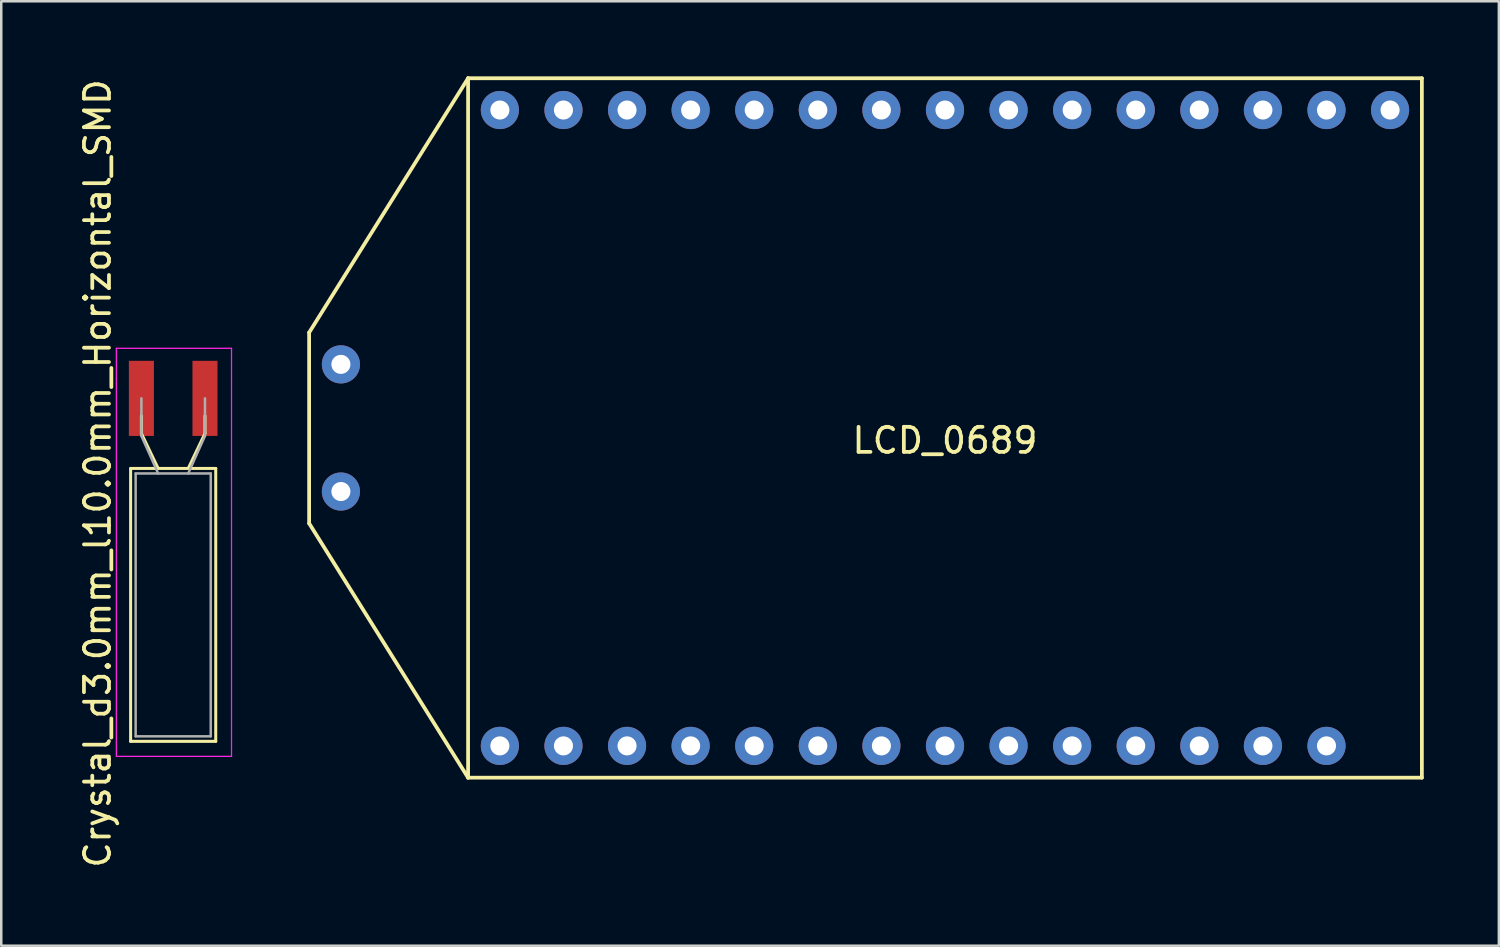
<source format=kicad_pcb>
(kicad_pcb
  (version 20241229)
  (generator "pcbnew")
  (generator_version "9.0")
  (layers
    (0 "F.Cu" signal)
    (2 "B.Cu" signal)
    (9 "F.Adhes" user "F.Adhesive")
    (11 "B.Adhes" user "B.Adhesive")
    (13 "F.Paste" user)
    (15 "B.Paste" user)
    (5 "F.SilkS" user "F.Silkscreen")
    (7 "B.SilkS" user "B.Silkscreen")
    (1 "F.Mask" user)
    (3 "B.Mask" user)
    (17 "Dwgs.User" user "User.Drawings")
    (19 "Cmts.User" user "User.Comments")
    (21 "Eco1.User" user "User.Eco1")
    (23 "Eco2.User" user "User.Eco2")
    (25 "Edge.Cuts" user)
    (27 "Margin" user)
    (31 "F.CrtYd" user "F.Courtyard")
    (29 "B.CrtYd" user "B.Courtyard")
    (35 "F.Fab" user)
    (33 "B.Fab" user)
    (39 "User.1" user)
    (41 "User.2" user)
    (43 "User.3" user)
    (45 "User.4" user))
  (footprint "LCD_0689"
    (layer "F.Cu")
    (at 34.698 14.045)
    (property "Reference" "LCD_0689" (at 0 0.5 0) (layer "F.SilkS") (effects (font (size 1 1) (thickness 0.15))))
    (attr through_hole)
    (fp_line (start -25.4 -3.81) (end -19.05 -13.97) (stroke (width 0.15) (type solid)) (layer "F.SilkS"))
    (fp_line (start -25.4 3.81) (end -25.4 -3.81) (stroke (width 0.15) (type solid)) (layer "F.SilkS"))
    (fp_line (start -19.05 -13.97) (end -19.05 13.97) (stroke (width 0.15) (type solid)) (layer "F.SilkS"))
    (fp_line (start -19.05 -13.97) (end 19.05 -13.97) (stroke (width 0.15) (type solid)) (layer "F.SilkS"))
    (fp_line (start -19.05 13.97) (end -25.4 3.81) (stroke (width 0.15) (type solid)) (layer "F.SilkS"))
    (fp_line (start 19.05 -13.97) (end 19.05 13.97) (stroke (width 0.15) (type solid)) (layer "F.SilkS"))
    (fp_line (start 19.05 13.97) (end -19.05 13.97) (stroke (width 0.15) (type solid)) (layer "F.SilkS"))
    (pad "1" thru_hole circle (at -17.78 -12.7) (size 1.524 1.524) (drill 0.762) (layers "*.Cu" "*.Mask"))
    (pad "2" thru_hole circle (at -15.24 -12.7) (size 1.524 1.524) (drill 0.762) (layers "*.Cu" "*.Mask"))
    (pad "3" thru_hole circle (at -12.7 -12.7) (size 1.524 1.524) (drill 0.762) (layers "*.Cu" "*.Mask"))
    (pad "4" thru_hole circle (at -10.16 -12.7) (size 1.524 1.524) (drill 0.762) (layers "*.Cu" "*.Mask"))
    (pad "5" thru_hole circle (at -7.62 -12.7) (size 1.524 1.524) (drill 0.762) (layers "*.Cu" "*.Mask"))
    (pad "6" thru_hole circle (at -5.08 -12.7) (size 1.524 1.524) (drill 0.762) (layers "*.Cu" "*.Mask"))
    (pad "7" thru_hole circle (at -2.54 -12.7) (size 1.524 1.524) (drill 0.762) (layers "*.Cu" "*.Mask"))
    (pad "8" thru_hole circle (at 0 -12.7) (size 1.524 1.524) (drill 0.762) (layers "*.Cu" "*.Mask"))
    (pad "9" thru_hole circle (at 2.54 -12.7) (size 1.524 1.524) (drill 0.762) (layers "*.Cu" "*.Mask"))
    (pad "10" thru_hole circle (at 5.08 -12.7) (size 1.524 1.524) (drill 0.762) (layers "*.Cu" "*.Mask"))
    (pad "11" thru_hole circle (at 7.62 -12.7) (size 1.524 1.524) (drill 0.762) (layers "*.Cu" "*.Mask"))
    (pad "12" thru_hole circle (at 10.16 -12.7) (size 1.524 1.524) (drill 0.762) (layers "*.Cu" "*.Mask"))
    (pad "13" thru_hole circle (at 12.7 -12.7) (size 1.524 1.524) (drill 0.762) (layers "*.Cu" "*.Mask"))
    (pad "14" thru_hole circle (at 15.24 -12.7) (size 1.524 1.524) (drill 0.762) (layers "*.Cu" "*.Mask"))
    (pad "15" thru_hole circle (at 17.78 -12.7) (size 1.524 1.524) (drill 0.762) (layers "*.Cu" "*.Mask"))
    (pad "16" thru_hole circle (at -17.78 12.7) (size 1.524 1.524) (drill 0.762) (layers "*.Cu" "*.Mask"))
    (pad "17" thru_hole circle (at -15.24 12.7) (size 1.524 1.524) (drill 0.762) (layers "*.Cu" "*.Mask"))
    (pad "18" thru_hole circle (at -12.7 12.7) (size 1.524 1.524) (drill 0.762) (layers "*.Cu" "*.Mask"))
    (pad "19" thru_hole circle (at -10.16 12.7) (size 1.524 1.524) (drill 0.762) (layers "*.Cu" "*.Mask"))
    (pad "20" thru_hole circle (at -7.62 12.7) (size 1.524 1.524) (drill 0.762) (layers "*.Cu" "*.Mask"))
    (pad "21" thru_hole circle (at -5.08 12.7) (size 1.524 1.524) (drill 0.762) (layers "*.Cu" "*.Mask"))
    (pad "22" thru_hole circle (at -2.54 12.7) (size 1.524 1.524) (drill 0.762) (layers "*.Cu" "*.Mask"))
    (pad "23" thru_hole circle (at 0 12.7) (size 1.524 1.524) (drill 0.762) (layers "*.Cu" "*.Mask"))
    (pad "24" thru_hole circle (at 2.54 12.7) (size 1.524 1.524) (drill 0.762) (layers "*.Cu" "*.Mask"))
    (pad "25" thru_hole circle (at 5.08 12.7) (size 1.524 1.524) (drill 0.762) (layers "*.Cu" "*.Mask"))
    (pad "26" thru_hole circle (at 7.62 12.7) (size 1.524 1.524) (drill 0.762) (layers "*.Cu" "*.Mask"))
    (pad "27" thru_hole circle (at 10.16 12.7) (size 1.524 1.524) (drill 0.762) (layers "*.Cu" "*.Mask"))
    (pad "28" thru_hole circle (at 12.7 12.7) (size 1.524 1.524) (drill 0.762) (layers "*.Cu" "*.Mask"))
    (pad "29" thru_hole circle (at 15.24 12.7) (size 1.524 1.524) (drill 0.762) (layers "*.Cu" "*.Mask"))
    (pad "30" thru_hole circle (at -24.13 -2.54) (size 1.524 1.524) (drill 0.762) (layers "*.Cu" "*.Mask"))
    (pad "31" thru_hole circle (at -24.13 2.54) (size 1.524 1.524) (drill 0.762) (layers "*.Cu" "*.Mask")))
  (footprint "Crystal_d3.0mm_l10.0mm_Horizontal_SMD"
    (layer "F.Cu")
    (at 2.598 12.863)
    (property "Reference" "Crystal_d3.0mm_l10.0mm_Horizontal_SMD" (at -1.75 3 90) (layer "F.SilkS") (effects (font (size 1 1) (thickness 0.15))))
    (attr through_hole)
    (fp_line (start -0.43 2.8) (end -0.43 13.7) (stroke (width 0.12) (type solid)) (layer "F.SilkS"))
    (fp_line (start -0.43 13.7) (end 2.97 13.7) (stroke (width 0.12) (type solid)) (layer "F.SilkS"))
    (fp_line (start 0 1.4) (end 0 0.7) (stroke (width 0.12) (type solid)) (layer "F.SilkS"))
    (fp_line (start 0.67 2.8) (end 0 1.4) (stroke (width 0.12) (type solid)) (layer "F.SilkS"))
    (fp_line (start 1.87 2.8) (end 2.54 1.4) (stroke (width 0.12) (type solid)) (layer "F.SilkS"))
    (fp_line (start 2.54 1.4) (end 2.54 0.7) (stroke (width 0.12) (type solid)) (layer "F.SilkS"))
    (fp_line (start 2.97 2.8) (end -0.43 2.8) (stroke (width 0.12) (type solid)) (layer "F.SilkS"))
    (fp_line (start 2.97 13.7) (end 2.97 2.8) (stroke (width 0.12) (type solid)) (layer "F.SilkS"))
    (fp_line (start -1 -2) (end -1 -0.8) (stroke (width 0.05) (type solid)) (layer "F.CrtYd"))
    (fp_line (start -1 -0.8) (end -1 14.3) (stroke (width 0.05) (type solid)) (layer "F.CrtYd"))
    (fp_line (start -1 14.3) (end 3.6 14.3) (stroke (width 0.05) (type solid)) (layer "F.CrtYd"))
    (fp_line (start 3.6 -2) (end -1 -2) (stroke (width 0.05) (type solid)) (layer "F.CrtYd"))
    (fp_line (start 3.6 -0.8) (end 3.6 -2) (stroke (width 0.05) (type solid)) (layer "F.CrtYd"))
    (fp_line (start 3.6 14.3) (end 3.6 -0.8) (stroke (width 0.05) (type solid)) (layer "F.CrtYd"))
    (fp_line (start -0.23 3) (end -0.23 13.5) (stroke (width 0.1) (type solid)) (layer "F.Fab"))
    (fp_line (start -0.23 13.5) (end 2.77 13.5) (stroke (width 0.1) (type solid)) (layer "F.Fab"))
    (fp_line (start 0 1.5) (end 0 0) (stroke (width 0.1) (type solid)) (layer "F.Fab"))
    (fp_line (start 0.67 3) (end 0 1.5) (stroke (width 0.1) (type solid)) (layer "F.Fab"))
    (fp_line (start 1.87 3) (end 2.54 1.5) (stroke (width 0.1) (type solid)) (layer "F.Fab"))
    (fp_line (start 2.54 1.5) (end 2.54 0) (stroke (width 0.1) (type solid)) (layer "F.Fab"))
    (fp_line (start 2.77 3) (end -0.23 3) (stroke (width 0.1) (type solid)) (layer "F.Fab"))
    (fp_line (start 2.77 13.5) (end 2.77 3) (stroke (width 0.1) (type solid)) (layer "F.Fab"))
    (pad "1" smd rect (at 0 0) (size 1 3) (layers "F.Cu" "F.Mask" "F.Paste"))
    (pad "2" smd rect (at 2.54 0) (size 1 3) (layers "F.Cu" "F.Mask" "F.Paste")))
  (gr_rect
    (start -3 -3)
    (end 56.823 34.726)
    (stroke (width 0.1) (type default))
    (fill no)
    (layer "Edge.Cuts")))
</source>
